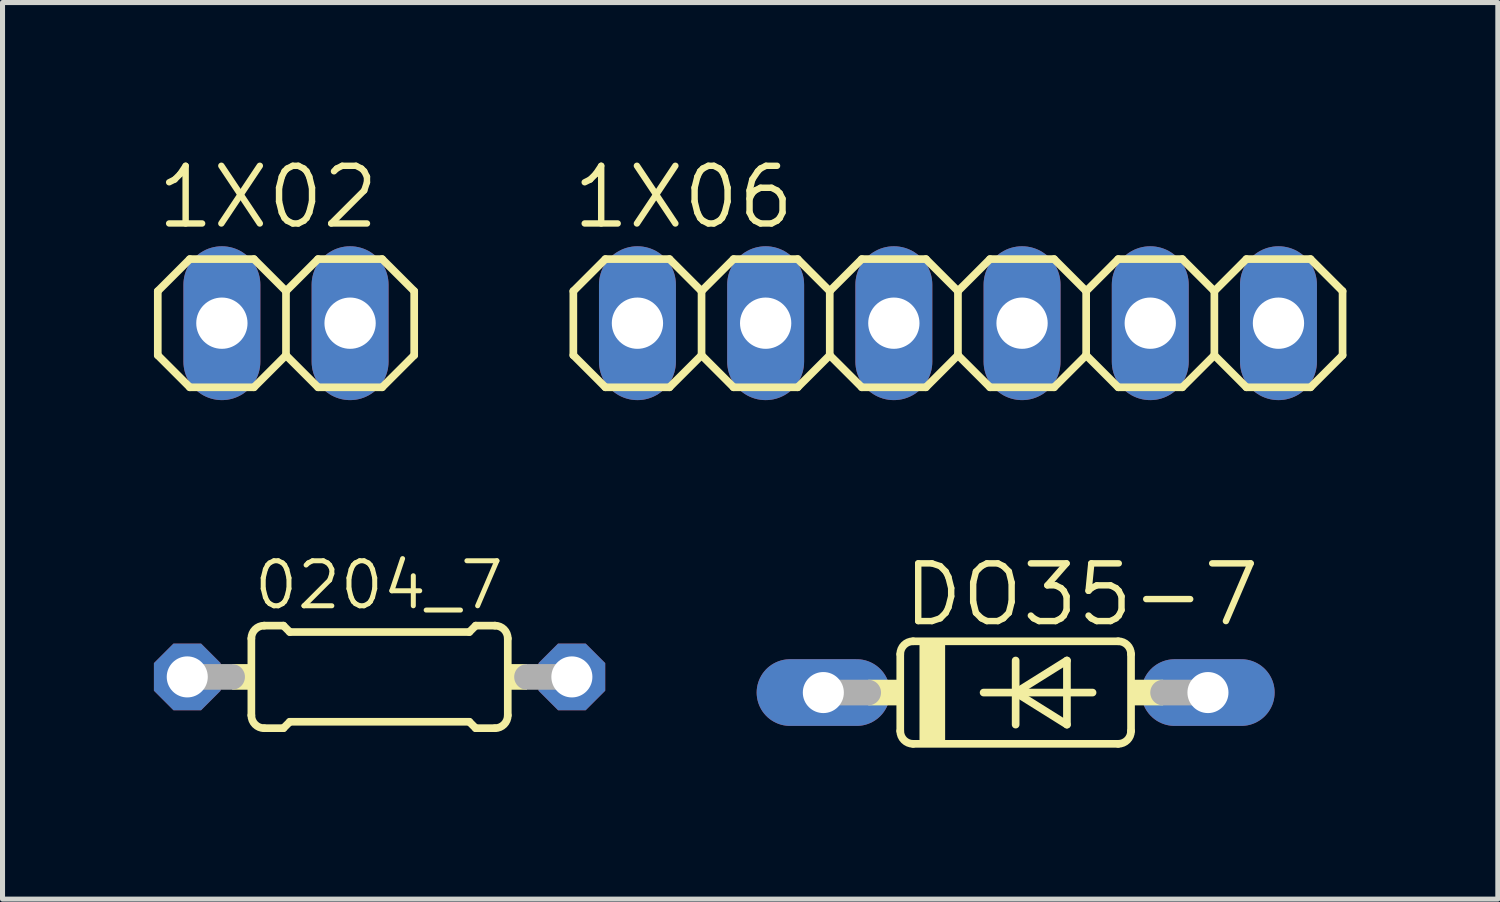
<source format=kicad_pcb>
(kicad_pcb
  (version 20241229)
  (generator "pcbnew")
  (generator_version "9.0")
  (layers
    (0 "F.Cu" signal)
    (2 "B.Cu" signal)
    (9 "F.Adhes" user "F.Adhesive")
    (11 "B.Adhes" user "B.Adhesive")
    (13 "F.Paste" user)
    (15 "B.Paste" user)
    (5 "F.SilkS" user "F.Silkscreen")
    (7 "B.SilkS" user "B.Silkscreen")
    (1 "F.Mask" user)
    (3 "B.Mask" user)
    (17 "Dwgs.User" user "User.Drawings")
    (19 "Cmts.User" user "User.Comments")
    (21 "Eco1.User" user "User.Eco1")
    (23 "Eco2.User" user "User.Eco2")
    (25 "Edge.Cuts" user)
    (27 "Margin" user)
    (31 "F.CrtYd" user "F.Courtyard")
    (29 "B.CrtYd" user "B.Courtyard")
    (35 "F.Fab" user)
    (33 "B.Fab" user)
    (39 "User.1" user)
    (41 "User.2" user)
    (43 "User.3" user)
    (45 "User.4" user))
  (footprint "1X06"
    (layer "F.Cu")
    (at 15.929 3.353)
    (property "Reference" "1X06" (at -7.696 -1.829 0) (layer "F.SilkS") (effects (font (size 1.143 1.143) (thickness 0.127)) (justify left bottom)))
    (fp_line (start -7.62 -0.635) (end -7.62 0.635) (stroke (width 0.152) (type solid)) (layer "F.SilkS"))
    (fp_line (start -7.62 0.635) (end -6.985 1.27) (stroke (width 0.152) (type solid)) (layer "F.SilkS"))
    (fp_line (start -6.985 -1.27) (end -7.62 -0.635) (stroke (width 0.152) (type solid)) (layer "F.SilkS"))
    (fp_line (start -6.985 -1.27) (end -5.715 -1.27) (stroke (width 0.152) (type solid)) (layer "F.SilkS"))
    (fp_line (start -5.715 -1.27) (end -5.08 -0.635) (stroke (width 0.152) (type solid)) (layer "F.SilkS"))
    (fp_line (start -5.715 1.27) (end -6.985 1.27) (stroke (width 0.152) (type solid)) (layer "F.SilkS"))
    (fp_line (start -5.08 -0.635) (end -5.08 0.635) (stroke (width 0.152) (type solid)) (layer "F.SilkS"))
    (fp_line (start -5.08 -0.635) (end -4.445 -1.27) (stroke (width 0.152) (type solid)) (layer "F.SilkS"))
    (fp_line (start -5.08 0.635) (end -5.715 1.27) (stroke (width 0.152) (type solid)) (layer "F.SilkS"))
    (fp_line (start -4.445 -1.27) (end -3.175 -1.27) (stroke (width 0.152) (type solid)) (layer "F.SilkS"))
    (fp_line (start -4.445 1.27) (end -5.08 0.635) (stroke (width 0.152) (type solid)) (layer "F.SilkS"))
    (fp_line (start -3.175 -1.27) (end -2.54 -0.635) (stroke (width 0.152) (type solid)) (layer "F.SilkS"))
    (fp_line (start -3.175 1.27) (end -4.445 1.27) (stroke (width 0.152) (type solid)) (layer "F.SilkS"))
    (fp_line (start -2.54 -0.635) (end -2.54 0.635) (stroke (width 0.152) (type solid)) (layer "F.SilkS"))
    (fp_line (start -2.54 -0.635) (end -1.905 -1.27) (stroke (width 0.152) (type solid)) (layer "F.SilkS"))
    (fp_line (start -2.54 0.635) (end -3.175 1.27) (stroke (width 0.152) (type solid)) (layer "F.SilkS"))
    (fp_line (start -1.905 -1.27) (end -0.635 -1.27) (stroke (width 0.152) (type solid)) (layer "F.SilkS"))
    (fp_line (start -1.905 1.27) (end -2.54 0.635) (stroke (width 0.152) (type solid)) (layer "F.SilkS"))
    (fp_line (start -0.635 -1.27) (end 0 -0.635) (stroke (width 0.152) (type solid)) (layer "F.SilkS"))
    (fp_line (start -0.635 1.27) (end -1.905 1.27) (stroke (width 0.152) (type solid)) (layer "F.SilkS"))
    (fp_line (start 0 -0.635) (end 0 0.635) (stroke (width 0.152) (type solid)) (layer "F.SilkS"))
    (fp_line (start 0 0.635) (end -0.635 1.27) (stroke (width 0.152) (type solid)) (layer "F.SilkS"))
    (fp_line (start 0 0.635) (end 0.635 1.27) (stroke (width 0.152) (type solid)) (layer "F.SilkS"))
    (fp_line (start 0.635 -1.27) (end 0 -0.635) (stroke (width 0.152) (type solid)) (layer "F.SilkS"))
    (fp_line (start 0.635 -1.27) (end 1.905 -1.27) (stroke (width 0.152) (type solid)) (layer "F.SilkS"))
    (fp_line (start 1.905 -1.27) (end 2.54 -0.635) (stroke (width 0.152) (type solid)) (layer "F.SilkS"))
    (fp_line (start 1.905 1.27) (end 0.635 1.27) (stroke (width 0.152) (type solid)) (layer "F.SilkS"))
    (fp_line (start 2.54 -0.635) (end 2.54 0.635) (stroke (width 0.152) (type solid)) (layer "F.SilkS"))
    (fp_line (start 2.54 -0.635) (end 3.175 -1.27) (stroke (width 0.152) (type solid)) (layer "F.SilkS"))
    (fp_line (start 2.54 0.635) (end 1.905 1.27) (stroke (width 0.152) (type solid)) (layer "F.SilkS"))
    (fp_line (start 3.175 -1.27) (end 4.445 -1.27) (stroke (width 0.152) (type solid)) (layer "F.SilkS"))
    (fp_line (start 3.175 1.27) (end 2.54 0.635) (stroke (width 0.152) (type solid)) (layer "F.SilkS"))
    (fp_line (start 4.445 -1.27) (end 5.08 -0.635) (stroke (width 0.152) (type solid)) (layer "F.SilkS"))
    (fp_line (start 4.445 1.27) (end 3.175 1.27) (stroke (width 0.152) (type solid)) (layer "F.SilkS"))
    (fp_line (start 5.08 -0.635) (end 5.08 0.635) (stroke (width 0.152) (type solid)) (layer "F.SilkS"))
    (fp_line (start 5.08 0.635) (end 4.445 1.27) (stroke (width 0.152) (type solid)) (layer "F.SilkS"))
    (fp_line (start 5.08 0.635) (end 5.715 1.27) (stroke (width 0.152) (type solid)) (layer "F.SilkS"))
    (fp_line (start 5.715 -1.27) (end 5.08 -0.635) (stroke (width 0.152) (type solid)) (layer "F.SilkS"))
    (fp_line (start 5.715 -1.27) (end 6.985 -1.27) (stroke (width 0.152) (type solid)) (layer "F.SilkS"))
    (fp_line (start 6.985 -1.27) (end 7.62 -0.635) (stroke (width 0.152) (type solid)) (layer "F.SilkS"))
    (fp_line (start 6.985 1.27) (end 5.715 1.27) (stroke (width 0.152) (type solid)) (layer "F.SilkS"))
    (fp_line (start 7.62 -0.635) (end 7.62 0.635) (stroke (width 0.152) (type solid)) (layer "F.SilkS"))
    (fp_line (start 7.62 0.635) (end 6.985 1.27) (stroke (width 0.152) (type solid)) (layer "F.SilkS"))
    (fp_poly (pts (xy -6.604 0.254) (xy -6.096 0.254) (xy -6.096 -0.254) (xy -6.604 -0.254)) (stroke (width 0.1) (type solid)) (fill no) (layer "F.Fab"))
    (fp_poly (pts (xy -4.064 0.254) (xy -3.556 0.254) (xy -3.556 -0.254) (xy -4.064 -0.254)) (stroke (width 0.1) (type solid)) (fill no) (layer "F.Fab"))
    (fp_poly (pts (xy -1.524 0.254) (xy -1.016 0.254) (xy -1.016 -0.254) (xy -1.524 -0.254)) (stroke (width 0.1) (type solid)) (fill no) (layer "F.Fab"))
    (fp_poly (pts (xy 1.016 0.254) (xy 1.524 0.254) (xy 1.524 -0.254) (xy 1.016 -0.254)) (stroke (width 0.1) (type solid)) (fill no) (layer "F.Fab"))
    (fp_poly (pts (xy 3.556 0.254) (xy 4.064 0.254) (xy 4.064 -0.254) (xy 3.556 -0.254)) (stroke (width 0.1) (type solid)) (fill no) (layer "F.Fab"))
    (fp_poly (pts (xy 6.096 0.254) (xy 6.604 0.254) (xy 6.604 -0.254) (xy 6.096 -0.254)) (stroke (width 0.1) (type solid)) (fill no) (layer "F.Fab"))
    (pad "1" thru_hole oval (at -6.35 0 90) (size 3.048 1.524) (drill 1.016) (layers "*.Cu" "*.Mask"))
    (pad "2" thru_hole oval (at -3.81 0 90) (size 3.048 1.524) (drill 1.016) (layers "*.Cu" "*.Mask"))
    (pad "3" thru_hole oval (at -1.27 0 90) (size 3.048 1.524) (drill 1.016) (layers "*.Cu" "*.Mask"))
    (pad "4" thru_hole oval (at 1.27 0 90) (size 3.048 1.524) (drill 1.016) (layers "*.Cu" "*.Mask"))
    (pad "5" thru_hole oval (at 3.81 0 90) (size 3.048 1.524) (drill 1.016) (layers "*.Cu" "*.Mask"))
    (pad "6" thru_hole oval (at 6.35 0 90) (size 3.048 1.524) (drill 1.016) (layers "*.Cu" "*.Mask")))
  (footprint "0204_7"
    (layer "F.Cu")
    (at 4.47 10.361)
    (property "Reference" "0204_7" (at -2.54 -1.295 0) (layer "F.SilkS") (effects (font (size 0.892 0.892) (thickness 0.099)) (justify left bottom)))
    (fp_line (start -2.54 0.762) (end -2.54 -0.762) (stroke (width 0.152) (type solid)) (layer "F.SilkS"))
    (fp_line (start -2.286 -1.016) (end -1.905 -1.016) (stroke (width 0.152) (type solid)) (layer "F.SilkS"))
    (fp_line (start -2.286 1.016) (end -1.905 1.016) (stroke (width 0.152) (type solid)) (layer "F.SilkS"))
    (fp_line (start -1.778 -0.889) (end -1.905 -1.016) (stroke (width 0.152) (type solid)) (layer "F.SilkS"))
    (fp_line (start -1.778 0.889) (end -1.905 1.016) (stroke (width 0.152) (type solid)) (layer "F.SilkS"))
    (fp_line (start 1.778 -0.889) (end -1.778 -0.889) (stroke (width 0.152) (type solid)) (layer "F.SilkS"))
    (fp_line (start 1.778 -0.889) (end 1.905 -1.016) (stroke (width 0.152) (type solid)) (layer "F.SilkS"))
    (fp_line (start 1.778 0.889) (end -1.778 0.889) (stroke (width 0.152) (type solid)) (layer "F.SilkS"))
    (fp_line (start 1.778 0.889) (end 1.905 1.016) (stroke (width 0.152) (type solid)) (layer "F.SilkS"))
    (fp_line (start 2.286 -1.016) (end 1.905 -1.016) (stroke (width 0.152) (type solid)) (layer "F.SilkS"))
    (fp_line (start 2.286 1.016) (end 1.905 1.016) (stroke (width 0.152) (type solid)) (layer "F.SilkS"))
    (fp_line (start 2.54 0.762) (end 2.54 -0.762) (stroke (width 0.152) (type solid)) (layer "F.SilkS"))
    (fp_arc (start -2.54 -0.762) (mid -2.465605 -0.941605) (end -2.286 -1.016) (stroke (width 0.1524) (type solid)) (layer "F.SilkS"))
    (fp_arc (start -2.286 1.016) (mid -2.465605 0.941605) (end -2.54 0.762) (stroke (width 0.1524) (type solid)) (layer "F.SilkS"))
    (fp_arc (start 2.286 -1.016) (mid 2.465605 -0.941605) (end 2.54 -0.762) (stroke (width 0.1524) (type solid)) (layer "F.SilkS"))
    (fp_arc (start 2.54 0.762) (mid 2.465605 0.941605) (end 2.286 1.016) (stroke (width 0.1524) (type solid)) (layer "F.SilkS"))
    (fp_poly (pts (xy -2.921 0.254) (xy -2.54 0.254) (xy -2.54 -0.254) (xy -2.921 -0.254)) (stroke (width 0) (type solid)) (fill yes) (layer "F.SilkS"))
    (fp_poly (pts (xy 2.54 0.254) (xy 2.921 0.254) (xy 2.921 -0.254) (xy 2.54 -0.254)) (stroke (width 0) (type solid)) (fill yes) (layer "F.SilkS"))
    (fp_line (start -3.81 0) (end -2.921 0) (stroke (width 0.508) (type solid)) (layer "F.Fab"))
    (fp_line (start 3.81 0) (end 2.921 0) (stroke (width 0.508) (type solid)) (layer "F.Fab"))
    (pad "1" thru_hole roundrect (at -3.81 0) (size 1.321 1.321) (drill 0.813) (layers "*.Cu" "*.Mask") (roundrect_rratio 0.25) (chamfer_ratio 0.293) (chamfer top_left top_right bottom_left bottom_right))
    (pad "2" thru_hole roundrect (at 3.81 0) (size 1.321 1.321) (drill 0.813) (layers "*.Cu" "*.Mask") (roundrect_rratio 0.25) (chamfer_ratio 0.293) (chamfer top_left top_right bottom_left bottom_right)))
  (footprint "DO35-7"
    (layer "F.Cu")
    (at 17.072 10.671)
    (property "Reference" "DO35-7" (at -2.286 -1.27 0) (layer "F.SilkS") (effects (font (size 1.143 1.143) (thickness 0.127)) (justify left bottom)))
    (fp_line (start -2.286 -0.762) (end -2.286 0.762) (stroke (width 0.152) (type solid)) (layer "F.SilkS"))
    (fp_line (start -2.032 -1.016) (end 2.032 -1.016) (stroke (width 0.152) (type solid)) (layer "F.SilkS"))
    (fp_line (start -2.032 1.016) (end 2.032 1.016) (stroke (width 0.152) (type solid)) (layer "F.SilkS"))
    (fp_line (start -0.635 0) (end 0 0) (stroke (width 0.152) (type solid)) (layer "F.SilkS"))
    (fp_line (start 0 -0.635) (end 0 0) (stroke (width 0.152) (type solid)) (layer "F.SilkS"))
    (fp_line (start 0 0) (end 0 0.635) (stroke (width 0.152) (type solid)) (layer "F.SilkS"))
    (fp_line (start 0 0) (end 1.016 -0.635) (stroke (width 0.152) (type solid)) (layer "F.SilkS"))
    (fp_line (start 0 0) (end 1.524 0) (stroke (width 0.152) (type solid)) (layer "F.SilkS"))
    (fp_line (start 1.016 -0.635) (end 1.016 0.635) (stroke (width 0.152) (type solid)) (layer "F.SilkS"))
    (fp_line (start 1.016 0.635) (end 0 0) (stroke (width 0.152) (type solid)) (layer "F.SilkS"))
    (fp_line (start 2.286 -0.762) (end 2.286 0.762) (stroke (width 0.152) (type solid)) (layer "F.SilkS"))
    (fp_arc (start -2.286 -0.762) (mid -2.211605 -0.941605) (end -2.032 -1.016) (stroke (width 0.1524) (type solid)) (layer "F.SilkS"))
    (fp_arc (start -2.032 1.016) (mid -2.211605 0.941605) (end -2.286 0.762) (stroke (width 0.1524) (type solid)) (layer "F.SilkS"))
    (fp_arc (start 2.032 -1.016) (mid 2.211605 -0.941605) (end 2.286 -0.762) (stroke (width 0.1524) (type solid)) (layer "F.SilkS"))
    (fp_arc (start 2.286 0.762) (mid 2.211605 0.941605) (end 2.032 1.016) (stroke (width 0.1524) (type solid)) (layer "F.SilkS"))
    (fp_poly (pts (xy -2.921 0.254) (xy -2.286 0.254) (xy -2.286 -0.254) (xy -2.921 -0.254)) (stroke (width 0) (type solid)) (fill yes) (layer "F.SilkS"))
    (fp_poly (pts (xy -1.905 1.016) (xy -1.397 1.016) (xy -1.397 -1.016) (xy -1.905 -1.016)) (stroke (width 0) (type solid)) (fill yes) (layer "F.SilkS"))
    (fp_poly (pts (xy 2.286 0.254) (xy 2.921 0.254) (xy 2.921 -0.254) (xy 2.286 -0.254)) (stroke (width 0) (type solid)) (fill yes) (layer "F.SilkS"))
    (fp_line (start -3.81 0) (end -2.921 0) (stroke (width 0.508) (type solid)) (layer "F.Fab"))
    (fp_line (start 3.81 0) (end 2.921 0) (stroke (width 0.508) (type solid)) (layer "F.Fab"))
    (pad "A" thru_hole oval (at 3.81 0) (size 2.642 1.321) (drill 0.813) (layers "*.Cu" "*.Mask"))
    (pad "C" thru_hole oval (at -3.81 0) (size 2.642 1.321) (drill 0.813) (layers "*.Cu" "*.Mask")))
  (footprint "1X02"
    (layer "F.Cu")
    (at 2.616 3.353)
    (property "Reference" "1X02" (at -2.616 -1.829 0) (layer "F.SilkS") (effects (font (size 1.143 1.143) (thickness 0.127)) (justify left bottom)))
    (fp_line (start -2.54 -0.635) (end -2.54 0.635) (stroke (width 0.152) (type solid)) (layer "F.SilkS"))
    (fp_line (start -2.54 0.635) (end -1.905 1.27) (stroke (width 0.152) (type solid)) (layer "F.SilkS"))
    (fp_line (start -1.905 -1.27) (end -2.54 -0.635) (stroke (width 0.152) (type solid)) (layer "F.SilkS"))
    (fp_line (start -1.905 -1.27) (end -0.635 -1.27) (stroke (width 0.152) (type solid)) (layer "F.SilkS"))
    (fp_line (start -0.635 -1.27) (end 0 -0.635) (stroke (width 0.152) (type solid)) (layer "F.SilkS"))
    (fp_line (start -0.635 1.27) (end -1.905 1.27) (stroke (width 0.152) (type solid)) (layer "F.SilkS"))
    (fp_line (start 0 -0.635) (end 0 0.635) (stroke (width 0.152) (type solid)) (layer "F.SilkS"))
    (fp_line (start 0 -0.635) (end 0.635 -1.27) (stroke (width 0.152) (type solid)) (layer "F.SilkS"))
    (fp_line (start 0 0.635) (end -0.635 1.27) (stroke (width 0.152) (type solid)) (layer "F.SilkS"))
    (fp_line (start 0.635 -1.27) (end 1.905 -1.27) (stroke (width 0.152) (type solid)) (layer "F.SilkS"))
    (fp_line (start 0.635 1.27) (end 0 0.635) (stroke (width 0.152) (type solid)) (layer "F.SilkS"))
    (fp_line (start 1.905 -1.27) (end 2.54 -0.635) (stroke (width 0.152) (type solid)) (layer "F.SilkS"))
    (fp_line (start 1.905 1.27) (end 0.635 1.27) (stroke (width 0.152) (type solid)) (layer "F.SilkS"))
    (fp_line (start 2.54 -0.635) (end 2.54 0.635) (stroke (width 0.152) (type solid)) (layer "F.SilkS"))
    (fp_line (start 2.54 0.635) (end 1.905 1.27) (stroke (width 0.152) (type solid)) (layer "F.SilkS"))
    (fp_poly (pts (xy -1.524 0.254) (xy -1.016 0.254) (xy -1.016 -0.254) (xy -1.524 -0.254)) (stroke (width 0.1) (type solid)) (fill no) (layer "F.Fab"))
    (fp_poly (pts (xy 1.016 0.254) (xy 1.524 0.254) (xy 1.524 -0.254) (xy 1.016 -0.254)) (stroke (width 0.1) (type solid)) (fill no) (layer "F.Fab"))
    (pad "1" thru_hole oval (at -1.27 0 90) (size 3.048 1.524) (drill 1.016) (layers "*.Cu" "*.Mask"))
    (pad "2" thru_hole oval (at 1.27 0 90) (size 3.048 1.524) (drill 1.016) (layers "*.Cu" "*.Mask")))
  (gr_rect
    (start -3 -3)
    (end 26.625 14.763)
    (stroke (width 0.1) (type default))
    (fill no)
    (layer "Edge.Cuts")))
</source>
